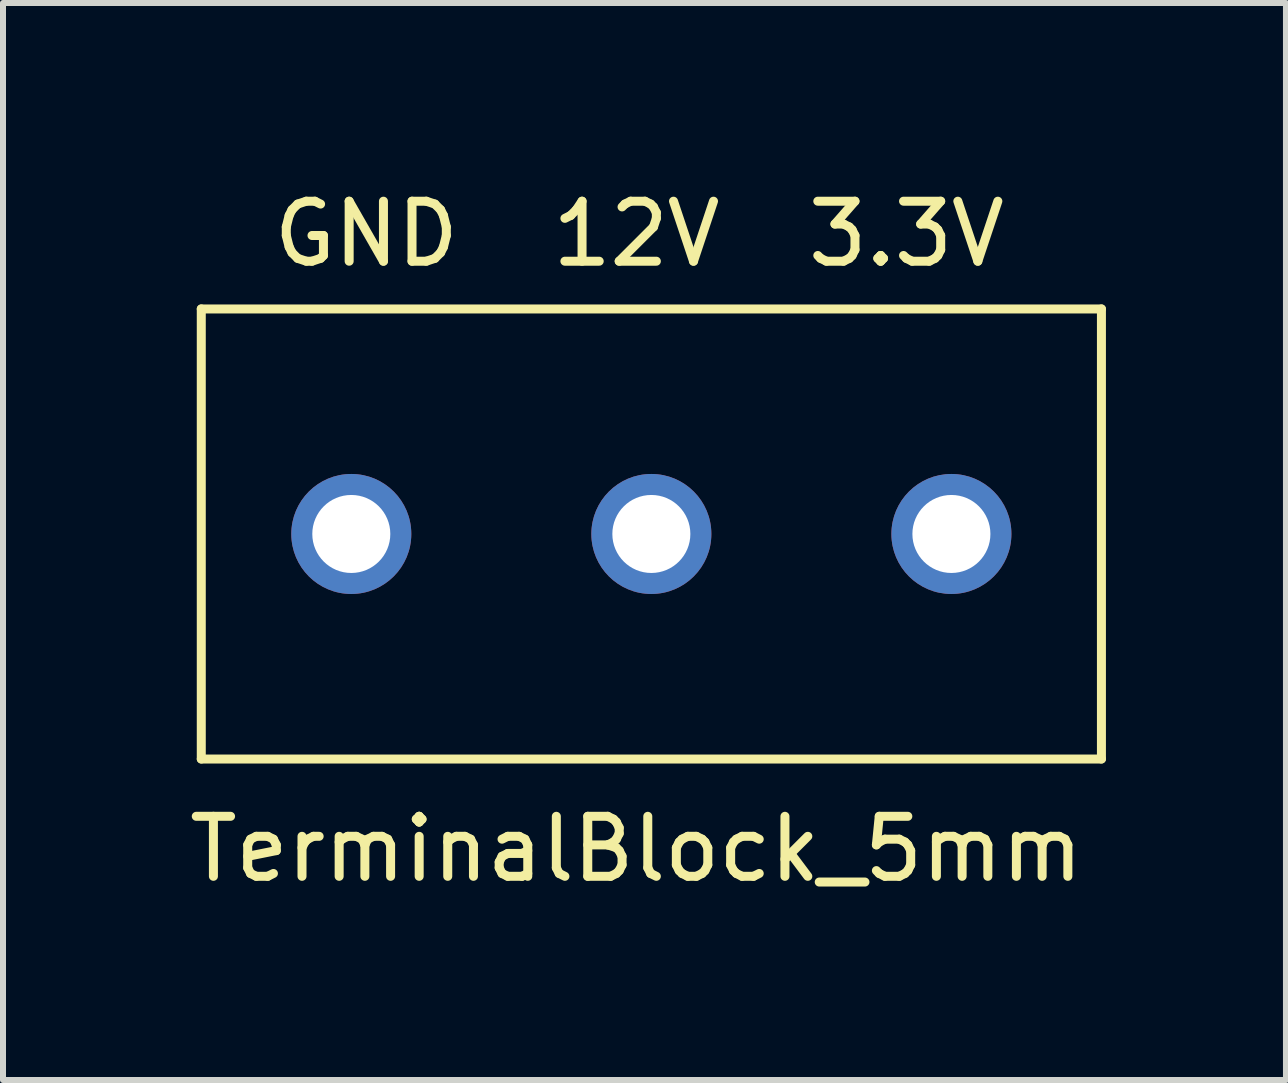
<source format=kicad_pcb>
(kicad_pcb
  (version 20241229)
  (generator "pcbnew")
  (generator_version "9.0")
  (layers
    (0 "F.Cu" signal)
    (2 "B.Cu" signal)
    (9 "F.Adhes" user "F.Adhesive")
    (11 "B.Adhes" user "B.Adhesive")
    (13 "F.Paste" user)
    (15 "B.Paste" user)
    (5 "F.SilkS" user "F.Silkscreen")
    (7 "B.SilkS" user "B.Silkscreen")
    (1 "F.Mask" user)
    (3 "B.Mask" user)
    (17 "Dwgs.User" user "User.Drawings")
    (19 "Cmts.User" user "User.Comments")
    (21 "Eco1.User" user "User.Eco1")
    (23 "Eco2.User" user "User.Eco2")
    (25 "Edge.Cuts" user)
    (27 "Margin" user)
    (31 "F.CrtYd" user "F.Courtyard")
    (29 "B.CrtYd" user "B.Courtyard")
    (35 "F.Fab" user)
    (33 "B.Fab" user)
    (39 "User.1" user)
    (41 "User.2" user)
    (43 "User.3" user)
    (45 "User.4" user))
  (footprint "TerminalBlock_5mm"
    (layer "F.Cu")
    (at 7.804 5.848)
    (property "Reference" "TerminalBlock_5mm" (at -0.25 5.25 0) (layer "F.SilkS") (effects (font (size 1 1) (thickness 0.15))))
    (attr through_hole)
    (fp_line (start -7.5 3.75) (end -7.5 -3.75) (stroke (width 0.15) (type solid)) (layer "F.SilkS"))
    (fp_line (start -7.5 3.75) (end 7.5 3.75) (stroke (width 0.15) (type solid)) (layer "F.SilkS"))
    (fp_line (start 7.5 -3.75) (end -7.5 -3.75) (stroke (width 0.15) (type solid)) (layer "F.SilkS"))
    (fp_line (start 7.5 3.75) (end 7.5 -3.75) (stroke (width 0.15) (type solid)) (layer "F.SilkS"))
    (fp_text user "3.3V" (at 4.25 -5 0) (layer "F.SilkS") (effects (font (size 1 1) (thickness 0.15))))
    (fp_text user "12V" (at -0.25 -5 0) (layer "F.SilkS") (effects (font (size 1 1) (thickness 0.15))))
    (fp_text user "GND" (at -4.75 -5 0) (layer "F.SilkS") (effects (font (size 1 1) (thickness 0.15))))
    (pad "1" thru_hole circle (at -5 0) (size 2 2) (drill 1.3) (layers "*.Cu" "*.Mask"))
    (pad "2" thru_hole circle (at 0 0) (size 2 2) (drill 1.3) (layers "*.Cu" "*.Mask"))
    (pad "3" thru_hole circle (at 5 0) (size 2 2) (drill 1.3) (layers "*.Cu" "*.Mask")))
  (gr_rect
    (start -3 -3)
    (end 18.379 14.947)
    (stroke (width 0.1) (type default))
    (fill no)
    (layer "Edge.Cuts")))
</source>
